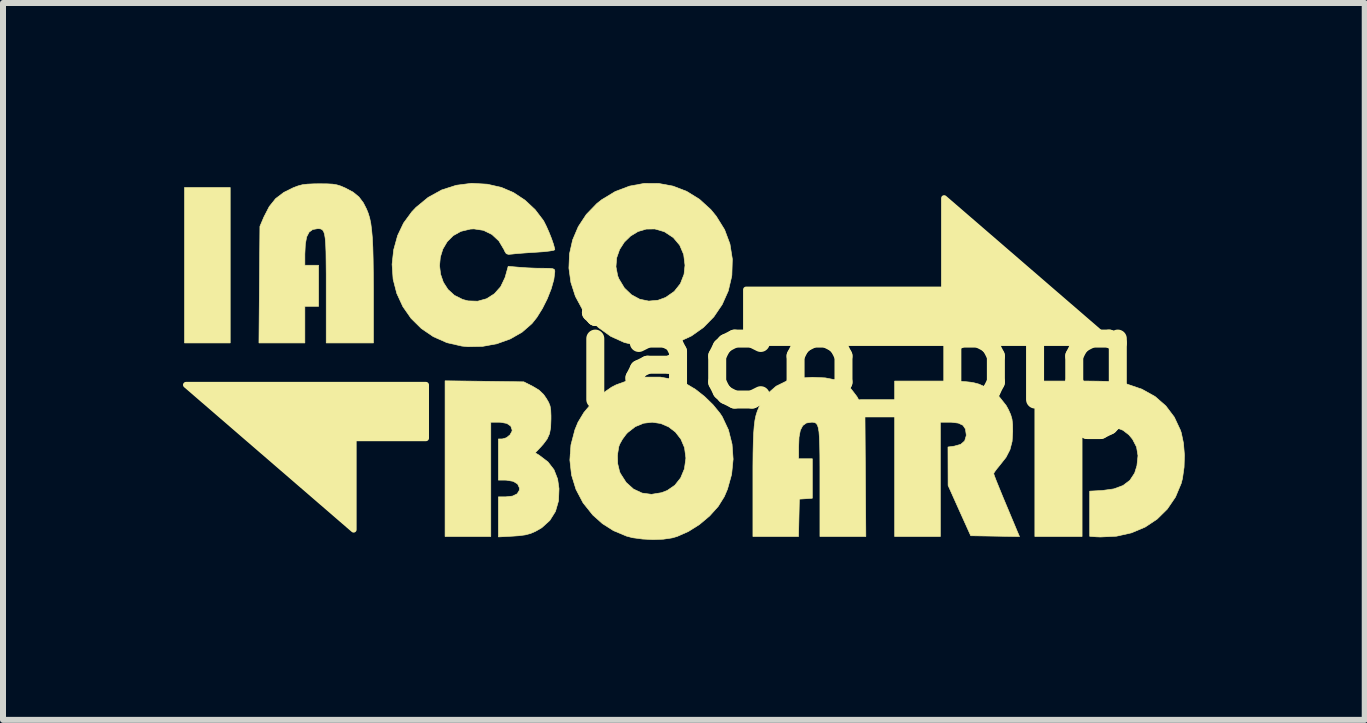
<source format=kicad_pcb>
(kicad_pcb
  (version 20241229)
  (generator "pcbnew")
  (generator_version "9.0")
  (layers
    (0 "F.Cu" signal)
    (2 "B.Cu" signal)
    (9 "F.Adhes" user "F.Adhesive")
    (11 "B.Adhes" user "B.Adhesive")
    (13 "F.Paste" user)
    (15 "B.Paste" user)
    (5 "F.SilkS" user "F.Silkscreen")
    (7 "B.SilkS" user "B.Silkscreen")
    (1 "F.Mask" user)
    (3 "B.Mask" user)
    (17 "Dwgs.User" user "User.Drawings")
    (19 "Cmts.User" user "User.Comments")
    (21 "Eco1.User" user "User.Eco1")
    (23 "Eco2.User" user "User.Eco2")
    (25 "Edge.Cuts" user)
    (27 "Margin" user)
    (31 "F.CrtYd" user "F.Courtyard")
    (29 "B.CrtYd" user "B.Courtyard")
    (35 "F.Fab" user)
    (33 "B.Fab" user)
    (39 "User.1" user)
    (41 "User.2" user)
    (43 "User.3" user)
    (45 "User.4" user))
  (footprint "iaco_big"
    (layer "F.Cu")
    (at 11.226 2.92)
    (property "Reference" "iaco_big" (at 0 0 0) (layer "F.SilkS") (effects (font (size 1.524 1.524) (thickness 0.3))))
    (attr through_hole)
    (fp_poly (pts (xy -11.176 0.445) (xy -7.176 0.445) (xy -7.176 1.333) (xy -8.382 1.333) (xy -8.382 2.857)) (stroke (width 0.1) (type solid)) (fill yes) (layer "F.SilkS"))
    (fp_poly (pts (xy -10.439 -0.254) (xy -11.201 -0.254) (xy -11.201 -2.845) (xy -10.439 -2.845) (xy -10.439 -0.254)) (stroke (width 0.01) (type solid)) (fill yes) (layer "F.SilkS"))
    (fp_poly (pts (xy 4.255 -0.254) (xy -1.841 -0.254) (xy -1.841 -1.143) (xy 1.46 -1.143) (xy 1.46 -2.667)) (stroke (width 0.1) (type solid)) (fill yes) (layer "F.SilkS"))
    (fp_poly (pts (xy 3.851 0.381) (xy 4.018 0.383) (xy 4.15 0.386) (xy 4.253 0.391) (xy 4.337 0.399) (xy 4.408 0.409) (xy 4.475 0.423) (xy 4.506 0.431) (xy 4.759 0.518) (xy 4.976 0.639) (xy 5.155 0.795) (xy 5.296 0.982) (xy 5.399 1.202) (xy 5.413 1.245) (xy 5.449 1.417) (xy 5.465 1.615) (xy 5.459 1.818) (xy 5.432 2.006) (xy 5.412 2.085) (xy 5.316 2.314) (xy 5.18 2.514) (xy 5.01 2.682) (xy 4.81 2.815) (xy 4.582 2.911) (xy 4.332 2.967) (xy 4.064 2.98) (xy 3.994 2.977) (xy 3.886 2.969) (xy 3.886 2.216) (xy 4.096 2.205) (xy 4.289 2.178) (xy 4.441 2.122) (xy 4.556 2.035) (xy 4.635 1.915) (xy 4.673 1.793) (xy 4.691 1.625) (xy 4.667 1.48) (xy 4.599 1.349) (xy 4.538 1.276) (xy 4.44 1.201) (xy 4.309 1.151) (xy 4.14 1.124) (xy 3.983 1.118) (xy 3.759 1.118) (xy 3.759 2.972) (xy 2.972 2.972) (xy 2.972 0.381) (xy 3.641 0.381) (xy 3.851 0.381)) (stroke (width 0.01) (type solid)) (fill yes) (layer "F.SilkS"))
    (fp_poly (pts (xy -0.522 0.328) (xy -0.346 0.362) (xy -0.204 0.423) (xy -0.089 0.515) (xy 0.007 0.641) (xy 0.056 0.731) (xy 0.14 0.9) (xy 0.155 2.972) (xy -0.61 2.972) (xy -0.61 2.076) (xy -0.61 1.823) (xy -0.611 1.616) (xy -0.614 1.451) (xy -0.619 1.323) (xy -0.626 1.227) (xy -0.638 1.158) (xy -0.653 1.113) (xy -0.673 1.086) (xy -0.699 1.072) (xy -0.731 1.067) (xy -0.752 1.067) (xy -0.836 1.08) (xy -0.896 1.123) (xy -0.937 1.202) (xy -0.959 1.319) (xy -0.965 1.477) (xy -0.965 1.676) (xy -0.737 1.676) (xy -0.737 2.334) (xy -0.845 2.342) (xy -0.953 2.349) (xy -0.967 2.972) (xy -1.727 2.972) (xy -1.727 2.074) (xy -1.727 1.808) (xy -1.725 1.586) (xy -1.721 1.404) (xy -1.715 1.255) (xy -1.706 1.135) (xy -1.694 1.037) (xy -1.677 0.956) (xy -1.655 0.886) (xy -1.628 0.821) (xy -1.595 0.756) (xy -1.589 0.745) (xy -1.478 0.586) (xy -1.339 0.466) (xy -1.169 0.382) (xy -0.967 0.333) (xy -0.737 0.318) (xy -0.522 0.328)) (stroke (width 0.01) (type solid)) (fill yes) (layer "F.SilkS"))
    (fp_poly (pts (xy 1.454 0.381) (xy 1.61 0.383) (xy 1.732 0.386) (xy 1.825 0.392) (xy 1.899 0.4) (xy 1.961 0.411) (xy 2.018 0.426) (xy 2.04 0.432) (xy 2.217 0.512) (xy 2.371 0.634) (xy 2.494 0.789) (xy 2.532 0.858) (xy 2.569 0.941) (xy 2.591 1.016) (xy 2.601 1.103) (xy 2.603 1.219) (xy 2.593 1.386) (xy 2.557 1.525) (xy 2.491 1.653) (xy 2.386 1.786) (xy 2.333 1.851) (xy 2.296 1.902) (xy 2.286 1.924) (xy 2.296 1.956) (xy 2.326 2.035) (xy 2.377 2.161) (xy 2.447 2.332) (xy 2.538 2.549) (xy 2.648 2.812) (xy 2.675 2.877) (xy 2.716 2.973) (xy 2.309 2.966) (xy 1.903 2.959) (xy 1.714 2.54) (xy 1.526 2.121) (xy 1.525 1.8) (xy 1.524 1.48) (xy 1.628 1.466) (xy 1.736 1.436) (xy 1.802 1.379) (xy 1.828 1.293) (xy 1.828 1.272) (xy 1.815 1.18) (xy 1.773 1.118) (xy 1.697 1.082) (xy 1.579 1.067) (xy 1.538 1.067) (xy 1.397 1.067) (xy 1.397 2.972) (xy 0.635 2.972) (xy 0.635 0.381) (xy 1.255 0.381) (xy 1.454 0.381)) (stroke (width 0.01) (type solid)) (fill yes) (layer "F.SilkS"))
    (fp_poly (pts (xy -8.825 -2.906) (xy -8.732 -2.901) (xy -8.661 -2.889) (xy -8.596 -2.869) (xy -8.522 -2.837) (xy -8.522 -2.837) (xy -8.389 -2.766) (xy -8.294 -2.688) (xy -8.22 -2.59) (xy -8.167 -2.486) (xy -8.139 -2.416) (xy -8.115 -2.338) (xy -8.096 -2.247) (xy -8.082 -2.137) (xy -8.07 -2.005) (xy -8.062 -1.844) (xy -8.057 -1.649) (xy -8.054 -1.415) (xy -8.052 -1.136) (xy -8.052 -1.073) (xy -8.052 -0.254) (xy -8.839 -0.254) (xy -8.839 -1.15) (xy -8.839 -1.403) (xy -8.841 -1.609) (xy -8.843 -1.775) (xy -8.848 -1.903) (xy -8.856 -1.999) (xy -8.867 -2.067) (xy -8.883 -2.113) (xy -8.903 -2.14) (xy -8.929 -2.154) (xy -8.961 -2.159) (xy -8.982 -2.159) (xy -9.064 -2.145) (xy -9.124 -2.101) (xy -9.165 -2.021) (xy -9.187 -1.901) (xy -9.195 -1.737) (xy -9.195 -1.734) (xy -9.195 -1.549) (xy -8.966 -1.549) (xy -8.966 -0.864) (xy -9.195 -0.864) (xy -9.195 -0.254) (xy -9.96 -0.254) (xy -9.944 -2.197) (xy -9.878 -2.353) (xy -9.789 -2.526) (xy -9.682 -2.66) (xy -9.545 -2.764) (xy -9.389 -2.841) (xy -9.31 -2.871) (xy -9.236 -2.891) (xy -9.152 -2.901) (xy -9.043 -2.906) (xy -8.954 -2.907) (xy -8.825 -2.906)) (stroke (width 0.01) (type solid)) (fill yes) (layer "F.SilkS"))
    (fp_poly (pts (xy -6.202 0.385) (xy -5.546 0.394) (xy -5.396 0.47) (xy -5.291 0.533) (xy -5.216 0.605) (xy -5.17 0.671) (xy -5.131 0.738) (xy -5.108 0.797) (xy -5.097 0.864) (xy -5.093 0.958) (xy -5.093 1.014) (xy -5.098 1.153) (xy -5.117 1.258) (xy -5.157 1.347) (xy -5.223 1.435) (xy -5.267 1.484) (xy -5.355 1.577) (xy -5.287 1.619) (xy -5.143 1.729) (xy -5.043 1.858) (xy -4.982 2.014) (xy -4.959 2.175) (xy -4.967 2.377) (xy -5.018 2.554) (xy -5.112 2.704) (xy -5.247 2.826) (xy -5.349 2.885) (xy -5.434 2.922) (xy -5.522 2.945) (xy -5.629 2.959) (xy -5.729 2.966) (xy -5.969 2.979) (xy -5.969 2.311) (xy -5.848 2.311) (xy -5.733 2.298) (xy -5.656 2.26) (xy -5.62 2.201) (xy -5.618 2.163) (xy -5.65 2.096) (xy -5.724 2.052) (xy -5.836 2.033) (xy -5.861 2.032) (xy -5.969 2.032) (xy -5.969 1.346) (xy -5.905 1.346) (xy -5.836 1.326) (xy -5.776 1.278) (xy -5.742 1.216) (xy -5.74 1.198) (xy -5.763 1.132) (xy -5.829 1.087) (xy -5.933 1.068) (xy -5.965 1.067) (xy -6.096 1.067) (xy -6.096 2.972) (xy -6.858 2.972) (xy -6.858 0.377) (xy -6.202 0.385)) (stroke (width 0.01) (type solid)) (fill yes) (layer "F.SilkS"))
    (fp_poly (pts (xy -3.296 -2.912) (xy -3.058 -2.868) (xy -2.83 -2.78) (xy -2.618 -2.649) (xy -2.428 -2.476) (xy -2.338 -2.366) (xy -2.199 -2.142) (xy -2.11 -1.904) (xy -2.07 -1.652) (xy -2.078 -1.386) (xy -2.081 -1.363) (xy -2.138 -1.121) (xy -2.239 -0.895) (xy -2.378 -0.69) (xy -2.551 -0.513) (xy -2.751 -0.371) (xy -2.974 -0.268) (xy -3.048 -0.246) (xy -3.237 -0.208) (xy -3.434 -0.192) (xy -3.612 -0.201) (xy -3.622 -0.203) (xy -3.871 -0.262) (xy -4.095 -0.363) (xy -4.299 -0.509) (xy -4.406 -0.61) (xy -4.568 -0.812) (xy -4.686 -1.031) (xy -4.761 -1.263) (xy -4.794 -1.501) (xy -4.793 -1.525) (xy -4.01 -1.525) (xy -3.981 -1.373) (xy -3.96 -1.321) (xy -3.869 -1.17) (xy -3.751 -1.057) (xy -3.614 -0.983) (xy -3.464 -0.952) (xy -3.309 -0.966) (xy -3.181 -1.013) (xy -3.038 -1.113) (xy -2.936 -1.242) (xy -2.875 -1.398) (xy -2.859 -1.549) (xy -2.881 -1.728) (xy -2.947 -1.883) (xy -3.054 -2.01) (xy -3.2 -2.106) (xy -3.213 -2.111) (xy -3.361 -2.154) (xy -3.506 -2.152) (xy -3.643 -2.111) (xy -3.766 -2.036) (xy -3.87 -1.935) (xy -3.949 -1.812) (xy -3.998 -1.673) (xy -4.01 -1.525) (xy -4.793 -1.525) (xy -4.784 -1.739) (xy -4.732 -1.971) (xy -4.638 -2.192) (xy -4.504 -2.396) (xy -4.329 -2.577) (xy -4.248 -2.641) (xy -4.022 -2.778) (xy -3.784 -2.868) (xy -3.54 -2.913) (xy -3.296 -2.912)) (stroke (width 0.01) (type solid)) (fill yes) (layer "F.SilkS"))
    (fp_poly (pts (xy -3.271 0.315) (xy -3.027 0.359) (xy -2.829 0.433) (xy -2.685 0.519) (xy -2.535 0.637) (xy -2.394 0.774) (xy -2.278 0.916) (xy -2.238 0.976) (xy -2.135 1.195) (xy -2.075 1.433) (xy -2.057 1.683) (xy -2.082 1.936) (xy -2.151 2.183) (xy -2.204 2.307) (xy -2.306 2.471) (xy -2.448 2.629) (xy -2.617 2.771) (xy -2.802 2.888) (xy -2.99 2.971) (xy -3.073 2.995) (xy -3.222 3.017) (xy -3.394 3.023) (xy -3.571 3.014) (xy -3.733 2.992) (xy -3.835 2.965) (xy -4.052 2.874) (xy -4.236 2.757) (xy -4.396 2.614) (xy -4.558 2.411) (xy -4.676 2.187) (xy -4.75 1.948) (xy -4.778 1.698) (xy -4.772 1.612) (xy -3.985 1.612) (xy -3.981 1.758) (xy -3.95 1.888) (xy -3.938 1.918) (xy -3.84 2.071) (xy -3.718 2.181) (xy -3.575 2.248) (xy -3.418 2.269) (xy -3.252 2.242) (xy -3.155 2.205) (xy -3.029 2.118) (xy -2.932 1.996) (xy -2.869 1.845) (xy -2.845 1.674) (xy -2.845 1.658) (xy -2.867 1.491) (xy -2.928 1.348) (xy -3.019 1.231) (xy -3.133 1.144) (xy -3.265 1.088) (xy -3.406 1.067) (xy -3.55 1.084) (xy -3.688 1.141) (xy -3.816 1.241) (xy -3.843 1.271) (xy -3.902 1.351) (xy -3.947 1.432) (xy -3.962 1.472) (xy -3.985 1.612) (xy -4.772 1.612) (xy -4.76 1.445) (xy -4.694 1.193) (xy -4.642 1.067) (xy -4.544 0.905) (xy -4.41 0.745) (xy -4.252 0.6) (xy -4.083 0.483) (xy -4.009 0.445) (xy -3.772 0.358) (xy -3.522 0.315) (xy -3.271 0.315)) (stroke (width 0.01) (type solid)) (fill yes) (layer "F.SilkS"))
    (fp_poly (pts (xy -6.154 -2.9) (xy -5.918 -2.846) (xy -5.717 -2.76) (xy -5.525 -2.633) (xy -5.357 -2.476) (xy -5.223 -2.3) (xy -5.208 -2.275) (xy -5.169 -2.197) (xy -5.126 -2.1) (xy -5.085 -1.997) (xy -5.052 -1.902) (xy -5.033 -1.832) (xy -5.029 -1.807) (xy -5.053 -1.797) (xy -5.118 -1.786) (xy -5.213 -1.775) (xy -5.328 -1.767) (xy -5.458 -1.759) (xy -5.58 -1.75) (xy -5.679 -1.742) (xy -5.733 -1.736) (xy -5.801 -1.73) (xy -5.838 -1.742) (xy -5.864 -1.783) (xy -5.875 -1.809) (xy -5.961 -1.954) (xy -6.077 -2.062) (xy -6.218 -2.131) (xy -6.376 -2.155) (xy -6.436 -2.152) (xy -6.594 -2.114) (xy -6.723 -2.042) (xy -6.823 -1.941) (xy -6.895 -1.819) (xy -6.937 -1.684) (xy -6.95 -1.542) (xy -6.933 -1.4) (xy -6.887 -1.266) (xy -6.81 -1.146) (xy -6.703 -1.048) (xy -6.565 -0.979) (xy -6.474 -0.955) (xy -6.314 -0.95) (xy -6.166 -0.991) (xy -6.036 -1.074) (xy -5.931 -1.192) (xy -5.859 -1.343) (xy -5.851 -1.37) (xy -5.806 -1.531) (xy -5.617 -1.515) (xy -5.489 -1.506) (xy -5.345 -1.5) (xy -5.229 -1.499) (xy -5.129 -1.498) (xy -5.07 -1.493) (xy -5.04 -1.482) (xy -5.03 -1.461) (xy -5.029 -1.44) (xy -5.045 -1.311) (xy -5.089 -1.156) (xy -5.154 -0.991) (xy -5.236 -0.828) (xy -5.328 -0.68) (xy -5.41 -0.577) (xy -5.574 -0.434) (xy -5.771 -0.321) (xy -5.994 -0.241) (xy -6.233 -0.197) (xy -6.478 -0.192) (xy -6.579 -0.202) (xy -6.828 -0.259) (xy -7.054 -0.359) (xy -7.254 -0.495) (xy -7.425 -0.664) (xy -7.562 -0.861) (xy -7.663 -1.08) (xy -7.724 -1.316) (xy -7.741 -1.565) (xy -7.715 -1.805) (xy -7.649 -2.044) (xy -7.55 -2.252) (xy -7.413 -2.439) (xy -7.343 -2.513) (xy -7.14 -2.68) (xy -6.915 -2.804) (xy -6.672 -2.882) (xy -6.417 -2.915) (xy -6.154 -2.9)) (stroke (width 0.01) (type solid)) (fill yes) (layer "F.SilkS")))
  (gr_rect
    (start -3 -3)
    (end 19.696 8.948)
    (stroke (width 0.1) (type default))
    (fill no)
    (layer "Edge.Cuts")))
</source>
